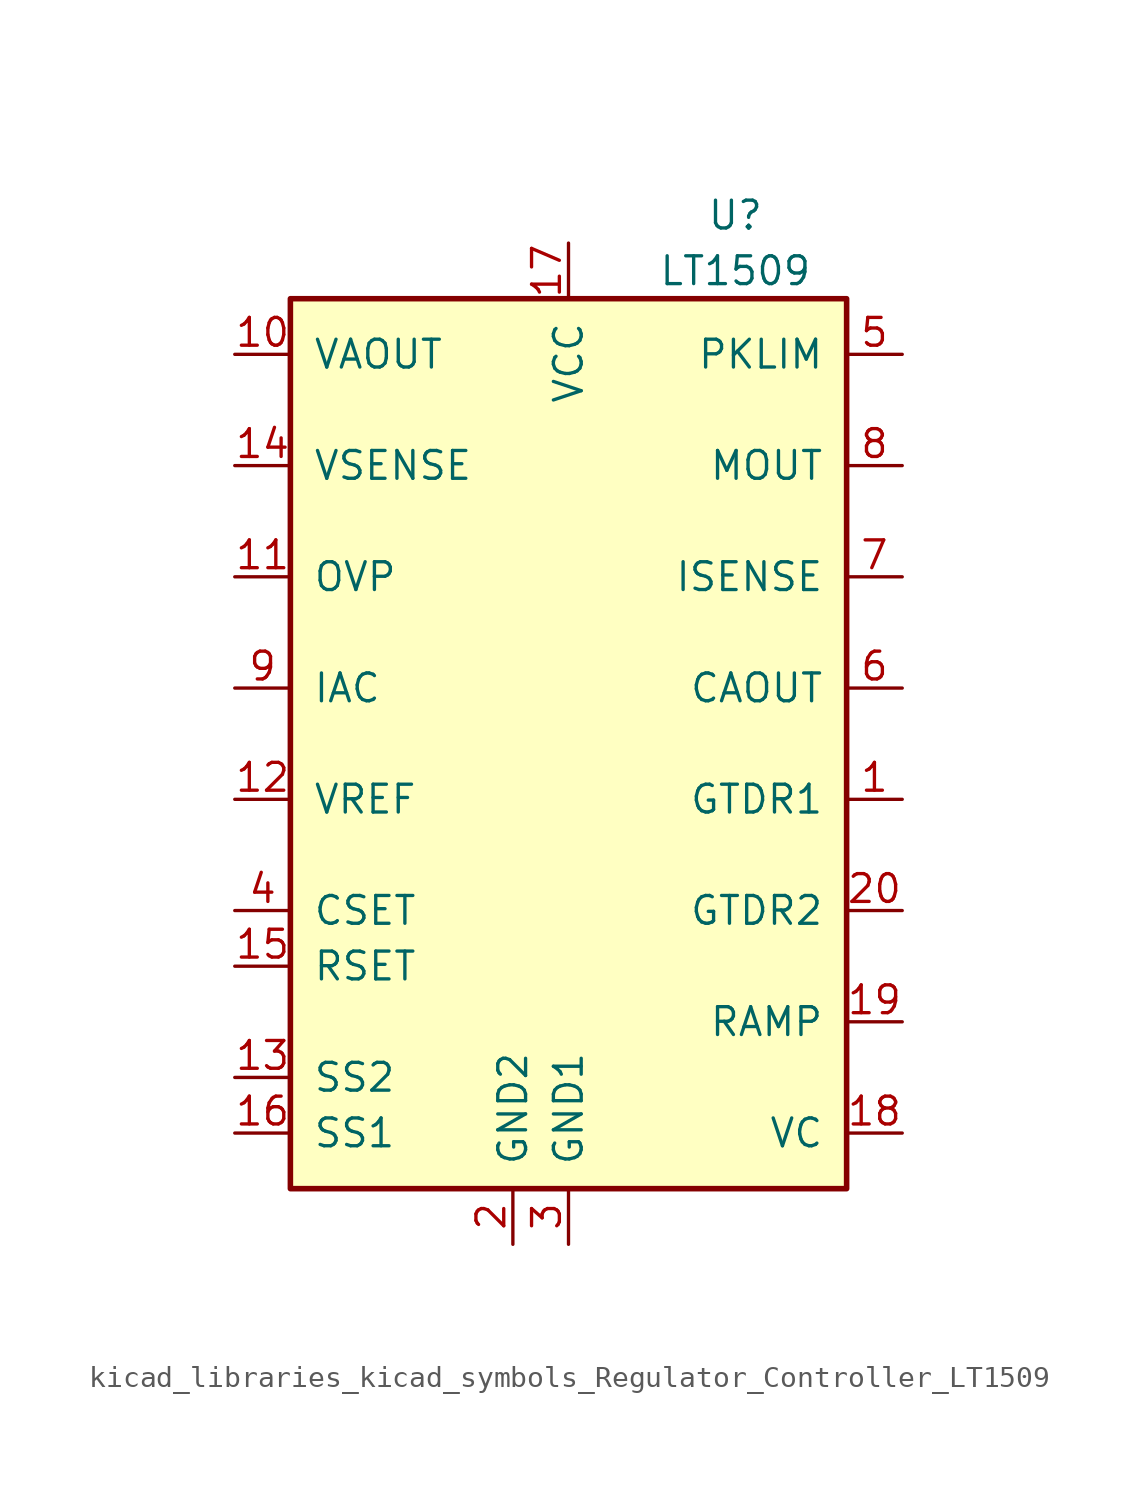
<source format=kicad_sym>
(kicad_symbol_lib
  (version 20220914)
  (generator kicad_symbol_editor)
  (symbol "kicad_libraries_kicad_symbols_Regulator_Controller_LT1509"
    (pin_names
      (offset 1.016))
    (property "Reference" "U"
      (at 7.62 24.13 0)
      (effects (font (size 1.27 1.27))))
    (property "Value" "LT1509"
      (at 7.62 21.59 0)
      (effects (font (size 1.27 1.27))))
    (symbol "kicad_libraries_kicad_symbols_Regulator_Controller_LT1509_0_1"
      (rectangle (start -12.7 20.32) (end 12.7 -20.32) (stroke (width 0.254) (type default)) (fill (type background))))
    (symbol "kicad_libraries_kicad_symbols_Regulator_Controller_LT1509_1_1"
      (pin output line (at 15.24 -2.54 180) (length 2.54) (name "GTDR1" (effects (font (size 1.27 1.27)))) (number "1" (effects (font (size 1.27 1.27)))))
      (pin output line (at -15.24 17.78 0) (length 2.54) (name "VAOUT" (effects (font (size 1.27 1.27)))) (number "10" (effects (font (size 1.27 1.27)))))
      (pin input line (at -15.24 7.62 0) (length 2.54) (name "OVP" (effects (font (size 1.27 1.27)))) (number "11" (effects (font (size 1.27 1.27)))))
      (pin power_out line (at -15.24 -2.54 0) (length 2.54) (name "VREF" (effects (font (size 1.27 1.27)))) (number "12" (effects (font (size 1.27 1.27)))))
      (pin passive line (at -15.24 -15.24 0) (length 2.54) (name "SS2" (effects (font (size 1.27 1.27)))) (number "13" (effects (font (size 1.27 1.27)))))
      (pin input line (at -15.24 12.7 0) (length 2.54) (name "VSENSE" (effects (font (size 1.27 1.27)))) (number "14" (effects (font (size 1.27 1.27)))))
      (pin passive line (at -15.24 -10.16 0) (length 2.54) (name "RSET" (effects (font (size 1.27 1.27)))) (number "15" (effects (font (size 1.27 1.27)))))
      (pin passive line (at -15.24 -17.78 0) (length 2.54) (name "SS1" (effects (font (size 1.27 1.27)))) (number "16" (effects (font (size 1.27 1.27)))))
      (pin power_in line (at 0 22.86 270) (length 2.54) (name "VCC" (effects (font (size 1.27 1.27)))) (number "17" (effects (font (size 1.27 1.27)))))
      (pin input line (at 15.24 -17.78 180) (length 2.54) (name "VC" (effects (font (size 1.27 1.27)))) (number "18" (effects (font (size 1.27 1.27)))))
      (pin input line (at 15.24 -12.7 180) (length 2.54) (name "RAMP" (effects (font (size 1.27 1.27)))) (number "19" (effects (font (size 1.27 1.27)))))
      (pin power_in line (at -2.54 -22.86 90) (length 2.54) (name "GND2" (effects (font (size 1.27 1.27)))) (number "2" (effects (font (size 1.27 1.27)))))
      (pin output line (at 15.24 -7.62 180) (length 2.54) (name "GTDR2" (effects (font (size 1.27 1.27)))) (number "20" (effects (font (size 1.27 1.27)))))
      (pin power_in line (at 0 -22.86 90) (length 2.54) (name "GND1" (effects (font (size 1.27 1.27)))) (number "3" (effects (font (size 1.27 1.27)))))
      (pin passive line (at -15.24 -7.62 0) (length 2.54) (name "CSET" (effects (font (size 1.27 1.27)))) (number "4" (effects (font (size 1.27 1.27)))))
      (pin input line (at 15.24 17.78 180) (length 2.54) (name "PKLIM" (effects (font (size 1.27 1.27)))) (number "5" (effects (font (size 1.27 1.27)))))
      (pin output line (at 15.24 2.54 180) (length 2.54) (name "CAOUT" (effects (font (size 1.27 1.27)))) (number "6" (effects (font (size 1.27 1.27)))))
      (pin input line (at 15.24 7.62 180) (length 2.54) (name "ISENSE" (effects (font (size 1.27 1.27)))) (number "7" (effects (font (size 1.27 1.27)))))
      (pin input line (at 15.24 12.7 180) (length 2.54) (name "MOUT" (effects (font (size 1.27 1.27)))) (number "8" (effects (font (size 1.27 1.27)))))
      (pin input line (at -15.24 2.54 0) (length 2.54) (name "IAC" (effects (font (size 1.27 1.27)))) (number "9" (effects (font (size 1.27 1.27))))))))
</source>
